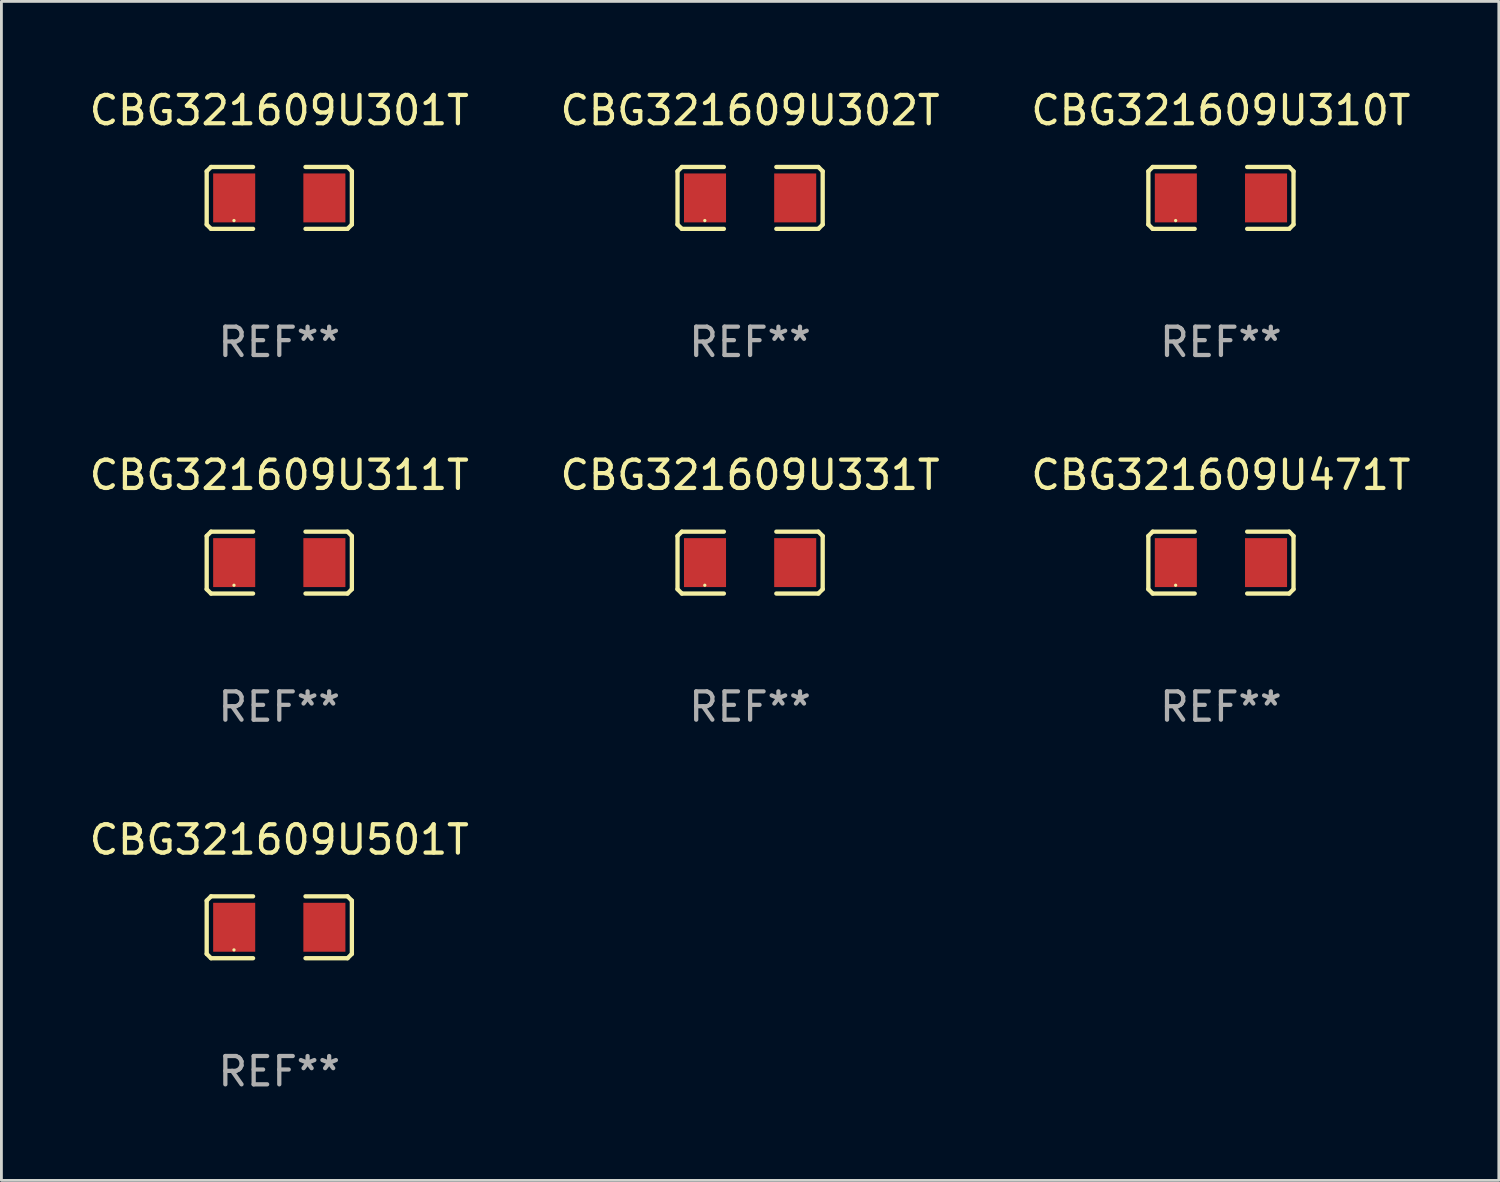
<source format=kicad_pcb>
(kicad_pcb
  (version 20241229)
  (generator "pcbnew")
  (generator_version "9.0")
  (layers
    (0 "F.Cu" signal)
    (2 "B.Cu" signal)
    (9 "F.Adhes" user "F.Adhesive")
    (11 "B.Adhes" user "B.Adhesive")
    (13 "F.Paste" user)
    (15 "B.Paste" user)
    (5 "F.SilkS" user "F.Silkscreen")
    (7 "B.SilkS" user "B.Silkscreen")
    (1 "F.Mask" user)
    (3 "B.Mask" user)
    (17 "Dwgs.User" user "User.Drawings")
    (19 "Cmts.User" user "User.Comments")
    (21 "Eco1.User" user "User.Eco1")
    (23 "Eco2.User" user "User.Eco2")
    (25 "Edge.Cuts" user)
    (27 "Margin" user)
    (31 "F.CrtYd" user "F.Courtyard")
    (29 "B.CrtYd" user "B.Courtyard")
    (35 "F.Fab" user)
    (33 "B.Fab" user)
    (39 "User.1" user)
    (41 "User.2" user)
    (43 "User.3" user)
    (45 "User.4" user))
  (footprint "CBG321609U301T"
    (layer "F.Cu")
    (at 6.815 3.941)
    (property "Reference" "CBG321609U301T" (at 0 -3.093 0) (layer "F.SilkS") (effects (font (size 1 1) (thickness 0.15))))
    (attr through_hole)
    (fp_line (start -2.564 -0.94) (end -2.411 -1.093) (stroke (width 0.152) (type solid)) (layer "F.SilkS"))
    (fp_line (start -2.564 0.94) (end -2.564 -0.94) (stroke (width 0.152) (type solid)) (layer "F.SilkS"))
    (fp_line (start -2.411 -1.093) (end -0.926 -1.093) (stroke (width 0.152) (type solid)) (layer "F.SilkS"))
    (fp_line (start -2.411 1.093) (end -2.564 0.94) (stroke (width 0.152) (type solid)) (layer "F.SilkS"))
    (fp_line (start -0.926 1.093) (end -2.411 1.093) (stroke (width 0.152) (type solid)) (layer "F.SilkS"))
    (fp_line (start 0.926 1.093) (end 2.411 1.093) (stroke (width 0.152) (type solid)) (layer "F.SilkS"))
    (fp_line (start 2.411 -1.093) (end 0.926 -1.093) (stroke (width 0.152) (type solid)) (layer "F.SilkS"))
    (fp_line (start 2.411 1.093) (end 2.564 0.94) (stroke (width 0.152) (type solid)) (layer "F.SilkS"))
    (fp_line (start 2.564 -0.94) (end 2.411 -1.093) (stroke (width 0.152) (type solid)) (layer "F.SilkS"))
    (fp_line (start 2.564 0.94) (end 2.564 -0.94) (stroke (width 0.152) (type solid)) (layer "F.SilkS"))
    (fp_circle (center -1.6 0.8) (end -1.57 0.8) (stroke (width 0.06) (type solid)) (fill no) (layer "F.SilkS"))
    (fp_text user "REF**" (at 0 5.093 0) (layer "F.Fab") (effects (font (size 1 1) (thickness 0.15))))
    (pad "1" smd rect (at -1.593 0) (size 1.485 1.728) (layers "F.Cu" "F.Mask" "F.Paste"))
    (pad "2" smd rect (at 1.593 0) (size 1.485 1.728) (layers "F.Cu" "F.Mask" "F.Paste")))
  (footprint "CBG321609U331T"
    (layer "F.Cu")
    (at 23.446 16.823)
    (property "Reference" "CBG321609U331T" (at 0 -3.093 0) (layer "F.SilkS") (effects (font (size 1 1) (thickness 0.15))))
    (attr through_hole)
    (fp_line (start -2.564 -0.94) (end -2.411 -1.093) (stroke (width 0.152) (type solid)) (layer "F.SilkS"))
    (fp_line (start -2.564 0.94) (end -2.564 -0.94) (stroke (width 0.152) (type solid)) (layer "F.SilkS"))
    (fp_line (start -2.411 -1.093) (end -0.926 -1.093) (stroke (width 0.152) (type solid)) (layer "F.SilkS"))
    (fp_line (start -2.411 1.093) (end -2.564 0.94) (stroke (width 0.152) (type solid)) (layer "F.SilkS"))
    (fp_line (start -0.926 1.093) (end -2.411 1.093) (stroke (width 0.152) (type solid)) (layer "F.SilkS"))
    (fp_line (start 0.926 1.093) (end 2.411 1.093) (stroke (width 0.152) (type solid)) (layer "F.SilkS"))
    (fp_line (start 2.411 -1.093) (end 0.926 -1.093) (stroke (width 0.152) (type solid)) (layer "F.SilkS"))
    (fp_line (start 2.411 1.093) (end 2.564 0.94) (stroke (width 0.152) (type solid)) (layer "F.SilkS"))
    (fp_line (start 2.564 -0.94) (end 2.411 -1.093) (stroke (width 0.152) (type solid)) (layer "F.SilkS"))
    (fp_line (start 2.564 0.94) (end 2.564 -0.94) (stroke (width 0.152) (type solid)) (layer "F.SilkS"))
    (fp_circle (center -1.6 0.8) (end -1.57 0.8) (stroke (width 0.06) (type solid)) (fill no) (layer "F.SilkS"))
    (fp_text user "REF**" (at 0 5.093 0) (layer "F.Fab") (effects (font (size 1 1) (thickness 0.15))))
    (pad "1" smd rect (at -1.593 0) (size 1.485 1.728) (layers "F.Cu" "F.Mask" "F.Paste"))
    (pad "2" smd rect (at 1.593 0) (size 1.485 1.728) (layers "F.Cu" "F.Mask" "F.Paste")))
  (footprint "CBG321609U471T"
    (layer "F.Cu")
    (at 40.077 16.823)
    (property "Reference" "CBG321609U471T" (at 0 -3.093 0) (layer "F.SilkS") (effects (font (size 1 1) (thickness 0.15))))
    (attr through_hole)
    (fp_line (start -2.564 -0.94) (end -2.411 -1.093) (stroke (width 0.152) (type solid)) (layer "F.SilkS"))
    (fp_line (start -2.564 0.94) (end -2.564 -0.94) (stroke (width 0.152) (type solid)) (layer "F.SilkS"))
    (fp_line (start -2.411 -1.093) (end -0.926 -1.093) (stroke (width 0.152) (type solid)) (layer "F.SilkS"))
    (fp_line (start -2.411 1.093) (end -2.564 0.94) (stroke (width 0.152) (type solid)) (layer "F.SilkS"))
    (fp_line (start -0.926 1.093) (end -2.411 1.093) (stroke (width 0.152) (type solid)) (layer "F.SilkS"))
    (fp_line (start 0.926 1.093) (end 2.411 1.093) (stroke (width 0.152) (type solid)) (layer "F.SilkS"))
    (fp_line (start 2.411 -1.093) (end 0.926 -1.093) (stroke (width 0.152) (type solid)) (layer "F.SilkS"))
    (fp_line (start 2.411 1.093) (end 2.564 0.94) (stroke (width 0.152) (type solid)) (layer "F.SilkS"))
    (fp_line (start 2.564 -0.94) (end 2.411 -1.093) (stroke (width 0.152) (type solid)) (layer "F.SilkS"))
    (fp_line (start 2.564 0.94) (end 2.564 -0.94) (stroke (width 0.152) (type solid)) (layer "F.SilkS"))
    (fp_circle (center -1.6 0.8) (end -1.57 0.8) (stroke (width 0.06) (type solid)) (fill no) (layer "F.SilkS"))
    (fp_text user "REF**" (at 0 5.093 0) (layer "F.Fab") (effects (font (size 1 1) (thickness 0.15))))
    (pad "1" smd rect (at -1.593 0) (size 1.485 1.728) (layers "F.Cu" "F.Mask" "F.Paste"))
    (pad "2" smd rect (at 1.593 0) (size 1.485 1.728) (layers "F.Cu" "F.Mask" "F.Paste")))
  (footprint "CBG321609U501T"
    (layer "F.Cu")
    (at 6.815 29.704)
    (property "Reference" "CBG321609U501T" (at 0 -3.093 0) (layer "F.SilkS") (effects (font (size 1 1) (thickness 0.15))))
    (attr through_hole)
    (fp_line (start -2.564 -0.94) (end -2.411 -1.093) (stroke (width 0.152) (type solid)) (layer "F.SilkS"))
    (fp_line (start -2.564 0.94) (end -2.564 -0.94) (stroke (width 0.152) (type solid)) (layer "F.SilkS"))
    (fp_line (start -2.411 -1.093) (end -0.926 -1.093) (stroke (width 0.152) (type solid)) (layer "F.SilkS"))
    (fp_line (start -2.411 1.093) (end -2.564 0.94) (stroke (width 0.152) (type solid)) (layer "F.SilkS"))
    (fp_line (start -0.926 1.093) (end -2.411 1.093) (stroke (width 0.152) (type solid)) (layer "F.SilkS"))
    (fp_line (start 0.926 1.093) (end 2.411 1.093) (stroke (width 0.152) (type solid)) (layer "F.SilkS"))
    (fp_line (start 2.411 -1.093) (end 0.926 -1.093) (stroke (width 0.152) (type solid)) (layer "F.SilkS"))
    (fp_line (start 2.411 1.093) (end 2.564 0.94) (stroke (width 0.152) (type solid)) (layer "F.SilkS"))
    (fp_line (start 2.564 -0.94) (end 2.411 -1.093) (stroke (width 0.152) (type solid)) (layer "F.SilkS"))
    (fp_line (start 2.564 0.94) (end 2.564 -0.94) (stroke (width 0.152) (type solid)) (layer "F.SilkS"))
    (fp_circle (center -1.6 0.8) (end -1.57 0.8) (stroke (width 0.06) (type solid)) (fill no) (layer "F.SilkS"))
    (fp_text user "REF**" (at 0 5.093 0) (layer "F.Fab") (effects (font (size 1 1) (thickness 0.15))))
    (pad "1" smd rect (at -1.593 0) (size 1.485 1.728) (layers "F.Cu" "F.Mask" "F.Paste"))
    (pad "2" smd rect (at 1.593 0) (size 1.485 1.728) (layers "F.Cu" "F.Mask" "F.Paste")))
  (footprint "CBG321609U311T"
    (layer "F.Cu")
    (at 6.815 16.823)
    (property "Reference" "CBG321609U311T" (at 0 -3.093 0) (layer "F.SilkS") (effects (font (size 1 1) (thickness 0.15))))
    (attr through_hole)
    (fp_line (start -2.564 -0.94) (end -2.411 -1.093) (stroke (width 0.152) (type solid)) (layer "F.SilkS"))
    (fp_line (start -2.564 0.94) (end -2.564 -0.94) (stroke (width 0.152) (type solid)) (layer "F.SilkS"))
    (fp_line (start -2.411 -1.093) (end -0.926 -1.093) (stroke (width 0.152) (type solid)) (layer "F.SilkS"))
    (fp_line (start -2.411 1.093) (end -2.564 0.94) (stroke (width 0.152) (type solid)) (layer "F.SilkS"))
    (fp_line (start -0.926 1.093) (end -2.411 1.093) (stroke (width 0.152) (type solid)) (layer "F.SilkS"))
    (fp_line (start 0.926 1.093) (end 2.411 1.093) (stroke (width 0.152) (type solid)) (layer "F.SilkS"))
    (fp_line (start 2.411 -1.093) (end 0.926 -1.093) (stroke (width 0.152) (type solid)) (layer "F.SilkS"))
    (fp_line (start 2.411 1.093) (end 2.564 0.94) (stroke (width 0.152) (type solid)) (layer "F.SilkS"))
    (fp_line (start 2.564 -0.94) (end 2.411 -1.093) (stroke (width 0.152) (type solid)) (layer "F.SilkS"))
    (fp_line (start 2.564 0.94) (end 2.564 -0.94) (stroke (width 0.152) (type solid)) (layer "F.SilkS"))
    (fp_circle (center -1.6 0.8) (end -1.57 0.8) (stroke (width 0.06) (type solid)) (fill no) (layer "F.SilkS"))
    (fp_text user "REF**" (at 0 5.093 0) (layer "F.Fab") (effects (font (size 1 1) (thickness 0.15))))
    (pad "1" smd rect (at -1.593 0) (size 1.485 1.728) (layers "F.Cu" "F.Mask" "F.Paste"))
    (pad "2" smd rect (at 1.593 0) (size 1.485 1.728) (layers "F.Cu" "F.Mask" "F.Paste")))
  (footprint "CBG321609U310T"
    (layer "F.Cu")
    (at 40.077 3.941)
    (property "Reference" "CBG321609U310T" (at 0 -3.093 0) (layer "F.SilkS") (effects (font (size 1 1) (thickness 0.15))))
    (attr through_hole)
    (fp_line (start -2.564 -0.94) (end -2.411 -1.093) (stroke (width 0.152) (type solid)) (layer "F.SilkS"))
    (fp_line (start -2.564 0.94) (end -2.564 -0.94) (stroke (width 0.152) (type solid)) (layer "F.SilkS"))
    (fp_line (start -2.411 -1.093) (end -0.926 -1.093) (stroke (width 0.152) (type solid)) (layer "F.SilkS"))
    (fp_line (start -2.411 1.093) (end -2.564 0.94) (stroke (width 0.152) (type solid)) (layer "F.SilkS"))
    (fp_line (start -0.926 1.093) (end -2.411 1.093) (stroke (width 0.152) (type solid)) (layer "F.SilkS"))
    (fp_line (start 0.926 1.093) (end 2.411 1.093) (stroke (width 0.152) (type solid)) (layer "F.SilkS"))
    (fp_line (start 2.411 -1.093) (end 0.926 -1.093) (stroke (width 0.152) (type solid)) (layer "F.SilkS"))
    (fp_line (start 2.411 1.093) (end 2.564 0.94) (stroke (width 0.152) (type solid)) (layer "F.SilkS"))
    (fp_line (start 2.564 -0.94) (end 2.411 -1.093) (stroke (width 0.152) (type solid)) (layer "F.SilkS"))
    (fp_line (start 2.564 0.94) (end 2.564 -0.94) (stroke (width 0.152) (type solid)) (layer "F.SilkS"))
    (fp_circle (center -1.6 0.8) (end -1.57 0.8) (stroke (width 0.06) (type solid)) (fill no) (layer "F.SilkS"))
    (fp_text user "REF**" (at 0 5.093 0) (layer "F.Fab") (effects (font (size 1 1) (thickness 0.15))))
    (pad "1" smd rect (at -1.593 0) (size 1.485 1.728) (layers "F.Cu" "F.Mask" "F.Paste"))
    (pad "2" smd rect (at 1.593 0) (size 1.485 1.728) (layers "F.Cu" "F.Mask" "F.Paste")))
  (footprint "CBG321609U302T"
    (layer "F.Cu")
    (at 23.446 3.941)
    (property "Reference" "CBG321609U302T" (at 0 -3.093 0) (layer "F.SilkS") (effects (font (size 1 1) (thickness 0.15))))
    (attr through_hole)
    (fp_line (start -2.564 -0.94) (end -2.411 -1.093) (stroke (width 0.152) (type solid)) (layer "F.SilkS"))
    (fp_line (start -2.564 0.94) (end -2.564 -0.94) (stroke (width 0.152) (type solid)) (layer "F.SilkS"))
    (fp_line (start -2.411 -1.093) (end -0.926 -1.093) (stroke (width 0.152) (type solid)) (layer "F.SilkS"))
    (fp_line (start -2.411 1.093) (end -2.564 0.94) (stroke (width 0.152) (type solid)) (layer "F.SilkS"))
    (fp_line (start -0.926 1.093) (end -2.411 1.093) (stroke (width 0.152) (type solid)) (layer "F.SilkS"))
    (fp_line (start 0.926 1.093) (end 2.411 1.093) (stroke (width 0.152) (type solid)) (layer "F.SilkS"))
    (fp_line (start 2.411 -1.093) (end 0.926 -1.093) (stroke (width 0.152) (type solid)) (layer "F.SilkS"))
    (fp_line (start 2.411 1.093) (end 2.564 0.94) (stroke (width 0.152) (type solid)) (layer "F.SilkS"))
    (fp_line (start 2.564 -0.94) (end 2.411 -1.093) (stroke (width 0.152) (type solid)) (layer "F.SilkS"))
    (fp_line (start 2.564 0.94) (end 2.564 -0.94) (stroke (width 0.152) (type solid)) (layer "F.SilkS"))
    (fp_circle (center -1.6 0.8) (end -1.57 0.8) (stroke (width 0.06) (type solid)) (fill no) (layer "F.SilkS"))
    (fp_text user "REF**" (at 0 5.093 0) (layer "F.Fab") (effects (font (size 1 1) (thickness 0.15))))
    (pad "1" smd rect (at -1.593 0) (size 1.485 1.728) (layers "F.Cu" "F.Mask" "F.Paste"))
    (pad "2" smd rect (at 1.593 0) (size 1.485 1.728) (layers "F.Cu" "F.Mask" "F.Paste")))
  (gr_rect
    (start -3 -3)
    (end 49.893 38.645)
    (stroke (width 0.1) (type default))
    (fill no)
    (layer "Edge.Cuts")))
</source>
